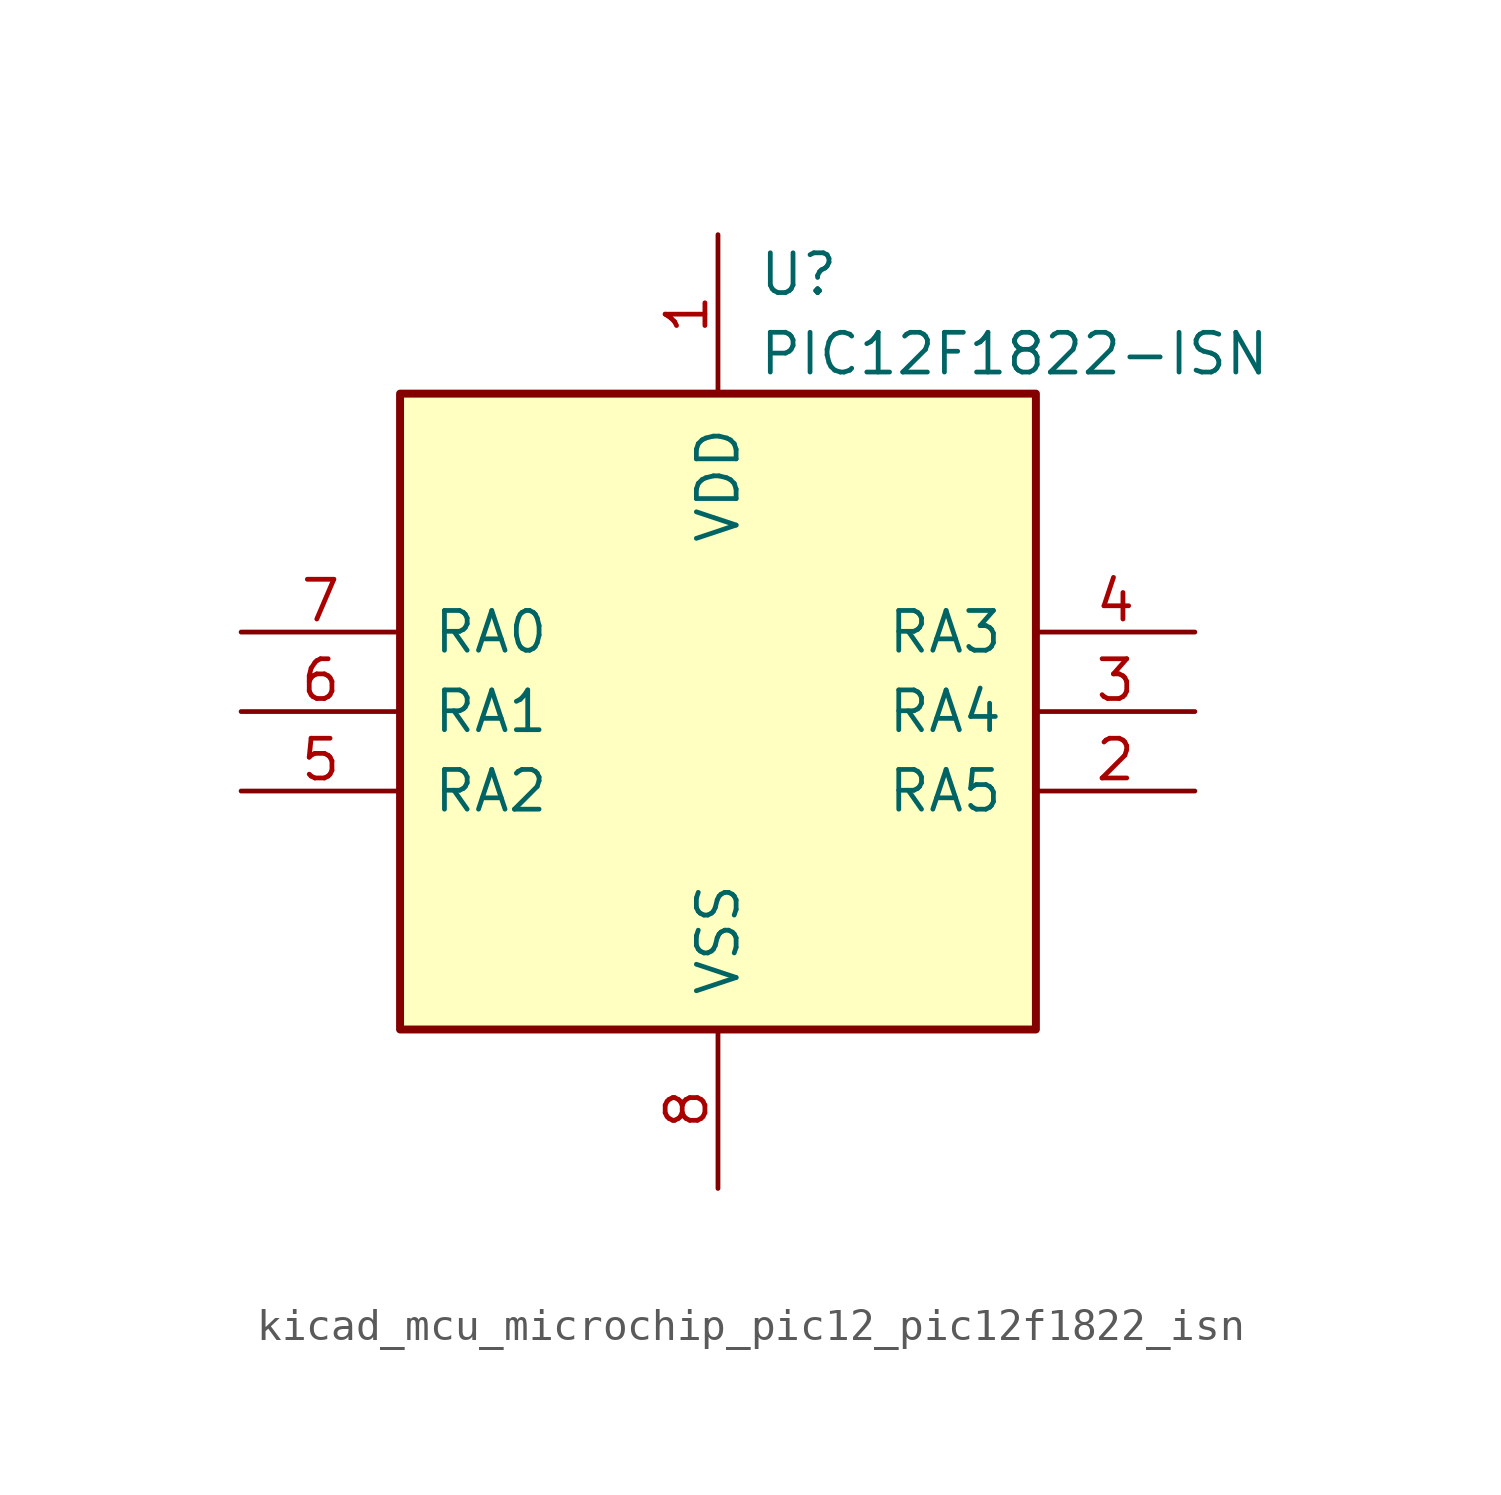
<source format=kicad_sym>
(kicad_symbol_lib
  (version 20220914)
  (generator kicad_symbol_editor)
  (symbol "kicad_mcu_microchip_pic12_pic12f1822_isn"
    (pin_names
      (offset 1.016))
    (property "Reference" "U"
      (at 1.27 13.97 0)
      (effects (font (size 1.27 1.27)) (justify left)))
    (property "Value" "PIC12F1822-ISN"
      (at 1.27 11.43 0)
      (effects (font (size 1.27 1.27)) (justify left)))
    (symbol "kicad_mcu_microchip_pic12_pic12f1822_isn_0_1"
      (rectangle (start 10.16 -10.16) (end -10.16 10.16) (stroke (width 0.254) (type default)) (fill (type background))))
    (symbol "kicad_mcu_microchip_pic12_pic12f1822_isn_1_1"
      (pin power_in line (at 0 15.24 270) (length 5.08) (name "VDD" (effects (font (size 1.27 1.27)))) (number "1" (effects (font (size 1.27 1.27)))))
      (pin bidirectional line (at 15.24 -2.54 180) (length 5.08) (name "RA5" (effects (font (size 1.27 1.27)))) (number "2" (effects (font (size 1.27 1.27)))))
      (pin bidirectional line (at 15.24 0 180) (length 5.08) (name "RA4" (effects (font (size 1.27 1.27)))) (number "3" (effects (font (size 1.27 1.27)))))
      (pin input line (at 15.24 2.54 180) (length 5.08) (name "RA3" (effects (font (size 1.27 1.27)))) (number "4" (effects (font (size 1.27 1.27)))))
      (pin bidirectional line (at -15.24 -2.54 0) (length 5.08) (name "RA2" (effects (font (size 1.27 1.27)))) (number "5" (effects (font (size 1.27 1.27)))))
      (pin bidirectional line (at -15.24 0 0) (length 5.08) (name "RA1" (effects (font (size 1.27 1.27)))) (number "6" (effects (font (size 1.27 1.27)))))
      (pin bidirectional line (at -15.24 2.54 0) (length 5.08) (name "RA0" (effects (font (size 1.27 1.27)))) (number "7" (effects (font (size 1.27 1.27)))))
      (pin power_in line (at 0 -15.24 90) (length 5.08) (name "VSS" (effects (font (size 1.27 1.27)))) (number "8" (effects (font (size 1.27 1.27))))))))
</source>
